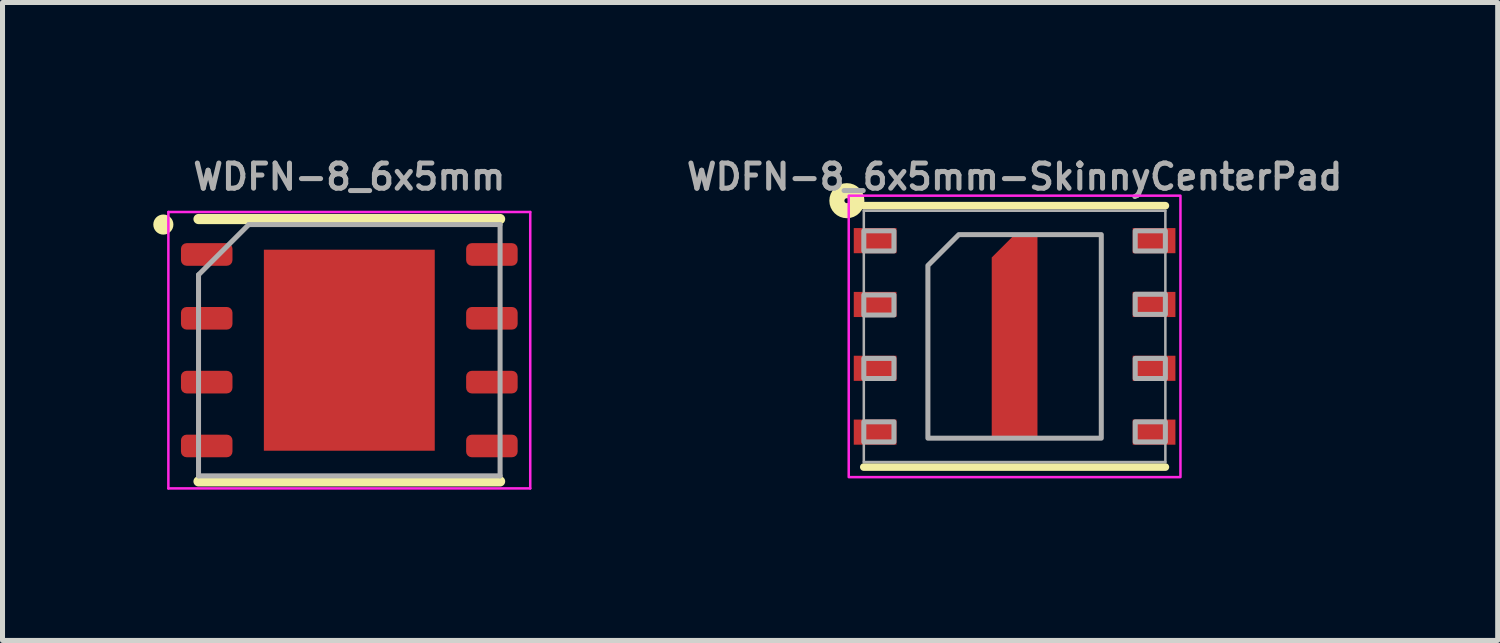
<source format=kicad_pcb>
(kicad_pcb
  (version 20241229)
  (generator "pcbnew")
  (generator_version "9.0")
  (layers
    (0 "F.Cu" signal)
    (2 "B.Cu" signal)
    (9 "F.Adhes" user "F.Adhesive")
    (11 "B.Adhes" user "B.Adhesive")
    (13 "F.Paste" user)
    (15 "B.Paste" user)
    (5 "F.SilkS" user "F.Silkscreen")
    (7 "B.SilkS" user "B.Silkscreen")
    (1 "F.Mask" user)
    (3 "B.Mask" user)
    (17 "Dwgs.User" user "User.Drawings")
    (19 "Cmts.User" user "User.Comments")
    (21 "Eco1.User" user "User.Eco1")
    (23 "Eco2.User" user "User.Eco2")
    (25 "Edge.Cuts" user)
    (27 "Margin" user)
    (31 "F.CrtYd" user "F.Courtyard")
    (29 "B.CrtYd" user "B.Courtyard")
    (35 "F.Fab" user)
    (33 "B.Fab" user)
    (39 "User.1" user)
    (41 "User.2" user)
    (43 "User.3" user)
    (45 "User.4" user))
  (footprint "WDFN-8_6x5mm-SkinnyCenterPad"
    (layer "F.Cu")
    (at 17.137 3.643)
    (property "Reference" "WDFN-8_6x5mm-SkinnyCenterPad" (at 0 -3.175 0) (layer "F.Fab") (effects (font (size 0.5 0.5) (thickness 0.1))))
    (attr smd)
    (fp_line (start -3 -2.6) (end 3 -2.6) (stroke (width 0.152) (type solid)) (layer "F.SilkS"))
    (fp_line (start -3 2.6) (end 3 2.6) (stroke (width 0.152) (type solid)) (layer "F.SilkS"))
    (fp_circle (center -3.337 -2.7) (end -3.288 -2.7) (stroke (width 0.3) (type solid)) (fill no) (layer "F.SilkS"))
    (fp_poly (pts (xy -0.4 0.4) (xy 0.4 0.4) (xy 0.4 -0.4) (xy -0.4 -0.4)) (stroke (width 0) (type default)) (fill yes) (layer "F.Paste"))
    (fp_rect (start -3.3 -2.8) (end 3.3 2.8) (stroke (width 0.05) (type default)) (fill no) (layer "F.CrtYd"))
    (fp_line (start -3 -2.5) (end 3 -2.5) (stroke (width 0.05) (type solid)) (layer "F.Fab"))
    (fp_line (start -3 2.5) (end -3 -2.5) (stroke (width 0.05) (type solid)) (layer "F.Fab"))
    (fp_line (start 3 -2.5) (end 3 2.5) (stroke (width 0.05) (type solid)) (layer "F.Fab"))
    (fp_line (start 3 2.5) (end -3 2.5) (stroke (width 0.05) (type solid)) (layer "F.Fab"))
    (fp_poly (pts (xy -3 -1.7) (xy -2.4 -1.7) (xy -2.4 -2.1) (xy -3 -2.1)) (stroke (width 0.1) (type default)) (fill no) (layer "F.Fab"))
    (fp_poly (pts (xy -3 -0.425) (xy -2.4 -0.425) (xy -2.4 -0.825) (xy -3 -0.825)) (stroke (width 0.1) (type default)) (fill no) (layer "F.Fab"))
    (fp_poly (pts (xy -3 0.838) (xy -2.4 0.838) (xy -2.4 0.438) (xy -3 0.438)) (stroke (width 0.1) (type default)) (fill no) (layer "F.Fab"))
    (fp_poly (pts (xy -3 2.1) (xy -2.4 2.1) (xy -2.4 1.7) (xy -3 1.7)) (stroke (width 0.1) (type default)) (fill no) (layer "F.Fab"))
    (fp_poly (pts (xy 2.4 -1.7) (xy 3 -1.7) (xy 3 -2.1) (xy 2.4 -2.1)) (stroke (width 0.1) (type default)) (fill no) (layer "F.Fab"))
    (fp_poly (pts (xy 2.4 -0.438) (xy 3 -0.438) (xy 3 -0.838) (xy 2.4 -0.838)) (stroke (width 0.1) (type default)) (fill no) (layer "F.Fab"))
    (fp_poly (pts (xy 2.4 0.838) (xy 3 0.838) (xy 3 0.438) (xy 2.4 0.438)) (stroke (width 0.1) (type default)) (fill no) (layer "F.Fab"))
    (fp_poly (pts (xy 2.4 2.1) (xy 3 2.1) (xy 3 1.7) (xy 2.4 1.7)) (stroke (width 0.1) (type default)) (fill no) (layer "F.Fab"))
    (fp_poly (pts (xy 1.725 2.025) (xy -1.725 2.025) (xy -1.725 -1.41) (xy -1.11 -2.025) (xy 1.725 -2.025)) (stroke (width 0.1) (type default)) (fill no) (layer "F.Fab"))
    (pad "1" smd rect (at -2.775 -1.905 90) (size 0.5 0.85) (layers "F.Cu" "F.Mask" "F.Paste"))
    (pad "2" smd rect (at -2.775 -0.635 90) (size 0.5 0.85) (layers "F.Cu" "F.Mask" "F.Paste"))
    (pad "3" smd rect (at -2.775 0.635 90) (size 0.5 0.85) (layers "F.Cu" "F.Mask" "F.Paste"))
    (pad "4" smd rect (at -2.775 1.905 90) (size 0.5 0.85) (layers "F.Cu" "F.Mask" "F.Paste"))
    (pad "5" smd rect (at 2.775 1.905 90) (size 0.5 0.85) (layers "F.Cu" "F.Mask" "F.Paste"))
    (pad "6" smd rect (at 2.775 0.635 90) (size 0.5 0.85) (layers "F.Cu" "F.Mask" "F.Paste"))
    (pad "7" smd rect (at 2.775 -0.635 90) (size 0.5 0.85) (layers "F.Cu" "F.Mask" "F.Paste"))
    (pad "8" smd rect (at 2.775 -1.905 90) (size 0.5 0.85) (layers "F.Cu" "F.Mask" "F.Paste"))
    (pad "EPAD" smd roundrect (at 0 0) (size 0.91 4.05) (layers "F.Cu" "F.Mask") (roundrect_rratio 0) (chamfer_ratio 0.5) (chamfer top_left)))
  (footprint "WDFN-8_6x5mm"
    (layer "F.Cu")
    (at 3.9 3.918)
    (property "Reference" "WDFN-8_6x5mm" (at 0 -3.45 0) (layer "F.Fab") (effects (font (size 0.5 0.5) (thickness 0.1))))
    (attr smd)
    (fp_line (start -3 -2.61) (end 3 -2.61) (stroke (width 0.203) (type solid)) (layer "F.SilkS"))
    (fp_line (start -3 2.61) (end 3 2.61) (stroke (width 0.203) (type solid)) (layer "F.SilkS"))
    (fp_circle (center -3.7 -2.5) (end -3.8 -2.5) (stroke (width 0.2) (type solid)) (fill yes) (layer "F.SilkS"))
    (fp_line (start -3.6 -2.75) (end -3.6 2.75) (stroke (width 0.05) (type solid)) (layer "F.CrtYd"))
    (fp_line (start -3.6 2.75) (end 3.6 2.75) (stroke (width 0.05) (type solid)) (layer "F.CrtYd"))
    (fp_line (start 3.6 -2.75) (end -3.6 -2.75) (stroke (width 0.05) (type solid)) (layer "F.CrtYd"))
    (fp_line (start 3.6 2.75) (end 3.6 -2.75) (stroke (width 0.05) (type solid)) (layer "F.CrtYd"))
    (fp_line (start -3 -1.5) (end -2 -2.5) (stroke (width 0.1) (type solid)) (layer "F.Fab"))
    (fp_line (start -3 2.5) (end -3 -1.5) (stroke (width 0.1) (type solid)) (layer "F.Fab"))
    (fp_line (start -2 -2.5) (end 3 -2.5) (stroke (width 0.1) (type solid)) (layer "F.Fab"))
    (fp_line (start 3 -2.5) (end 3 2.5) (stroke (width 0.1) (type solid)) (layer "F.Fab"))
    (fp_line (start 3 2.5) (end -3 2.5) (stroke (width 0.1) (type solid)) (layer "F.Fab"))
    (pad "" smd roundrect (at -0.85 -1) (size 1.37 1.61) (layers "F.Paste") (roundrect_rratio 0.182))
    (pad "" smd roundrect (at -0.85 1) (size 1.37 1.61) (layers "F.Paste") (roundrect_rratio 0.182))
    (pad "" smd roundrect (at 0.85 -1) (size 1.37 1.61) (layers "F.Paste") (roundrect_rratio 0.182))
    (pad "" smd roundrect (at 0.85 1) (size 1.37 1.61) (layers "F.Paste") (roundrect_rratio 0.182))
    (pad "1" smd roundrect (at -2.837 -1.905) (size 1.025 0.45) (layers "F.Cu" "F.Mask" "F.Paste") (roundrect_rratio 0.25))
    (pad "2" smd roundrect (at -2.837 -0.635) (size 1.025 0.45) (layers "F.Cu" "F.Mask" "F.Paste") (roundrect_rratio 0.25))
    (pad "3" smd roundrect (at -2.837 0.635) (size 1.025 0.45) (layers "F.Cu" "F.Mask" "F.Paste") (roundrect_rratio 0.25))
    (pad "4" smd roundrect (at -2.837 1.905) (size 1.025 0.45) (layers "F.Cu" "F.Mask" "F.Paste") (roundrect_rratio 0.25))
    (pad "5" smd roundrect (at 2.837 1.905) (size 1.025 0.45) (layers "F.Cu" "F.Mask" "F.Paste") (roundrect_rratio 0.25))
    (pad "6" smd roundrect (at 2.837 0.635) (size 1.025 0.45) (layers "F.Cu" "F.Mask" "F.Paste") (roundrect_rratio 0.25))
    (pad "7" smd roundrect (at 2.837 -0.635) (size 1.025 0.45) (layers "F.Cu" "F.Mask" "F.Paste") (roundrect_rratio 0.25))
    (pad "8" smd roundrect (at 2.837 -1.905) (size 1.025 0.45) (layers "F.Cu" "F.Mask" "F.Paste") (roundrect_rratio 0.25))
    (pad "EP" smd rect (at 0 0) (size 3.4 4) (layers "F.Cu" "F.Mask")))
  (gr_rect
    (start -3 -3)
    (end 26.749 9.693)
    (stroke (width 0.1) (type default))
    (fill no)
    (layer "Edge.Cuts")))
</source>
